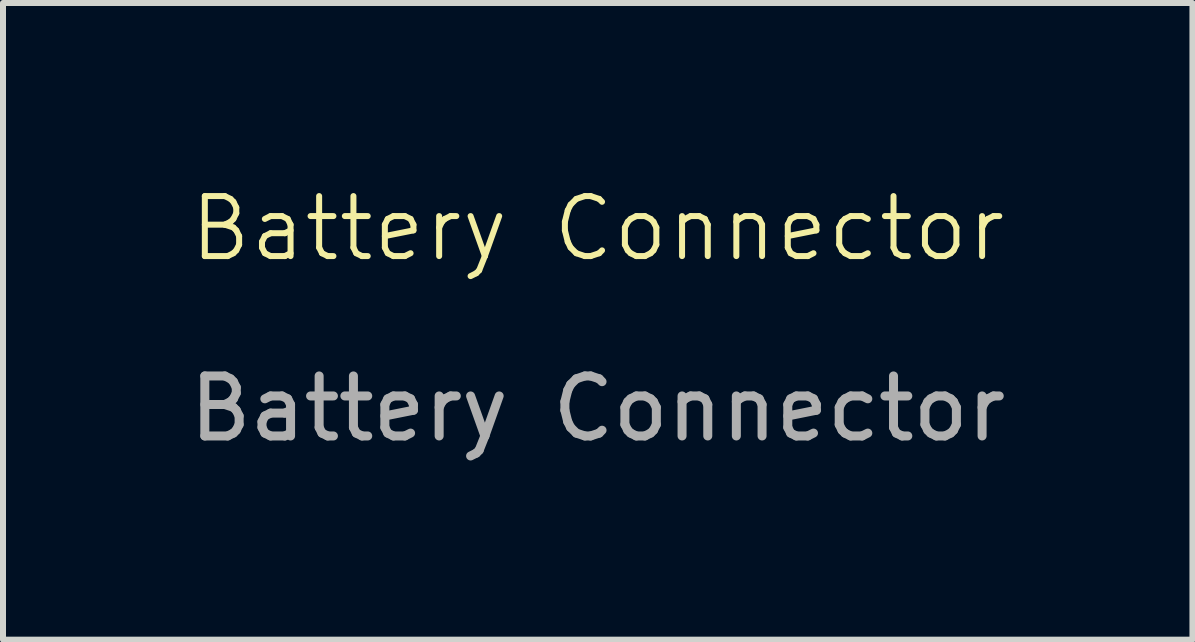
<source format=kicad_pcb>
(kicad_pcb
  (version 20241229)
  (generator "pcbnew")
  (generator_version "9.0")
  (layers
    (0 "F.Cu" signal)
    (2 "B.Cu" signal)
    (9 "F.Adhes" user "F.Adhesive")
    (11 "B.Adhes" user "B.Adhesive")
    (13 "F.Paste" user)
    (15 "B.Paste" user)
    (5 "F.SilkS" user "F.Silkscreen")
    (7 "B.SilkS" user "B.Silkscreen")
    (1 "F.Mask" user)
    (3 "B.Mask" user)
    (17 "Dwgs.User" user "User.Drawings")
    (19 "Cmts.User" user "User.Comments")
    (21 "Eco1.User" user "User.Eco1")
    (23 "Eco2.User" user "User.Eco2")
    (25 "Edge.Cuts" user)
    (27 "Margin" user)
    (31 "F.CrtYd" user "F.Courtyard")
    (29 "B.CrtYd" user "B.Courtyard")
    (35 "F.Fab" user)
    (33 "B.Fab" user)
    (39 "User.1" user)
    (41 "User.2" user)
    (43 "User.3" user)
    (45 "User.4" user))
  (footprint "Battery Connector"
    (layer "F.Cu")
    (at 6.911 1.26)
    (property "Reference" "Battery Connector" (at 0 -0.5 0) (unlocked yes) (layer "F.SilkS") (effects (font (size 1 1) (thickness 0.1))))
    (attr through_hole)
    (fp_text user "${REFERENCE}" (at 0 2.5 0) (unlocked yes) (layer "F.Fab") (effects (font (size 1 1) (thickness 0.15)))))
  (gr_rect
    (start -3 -3)
    (end 16.821 7.609)
    (stroke (width 0.1) (type default))
    (fill no)
    (layer "Edge.Cuts")))
</source>
